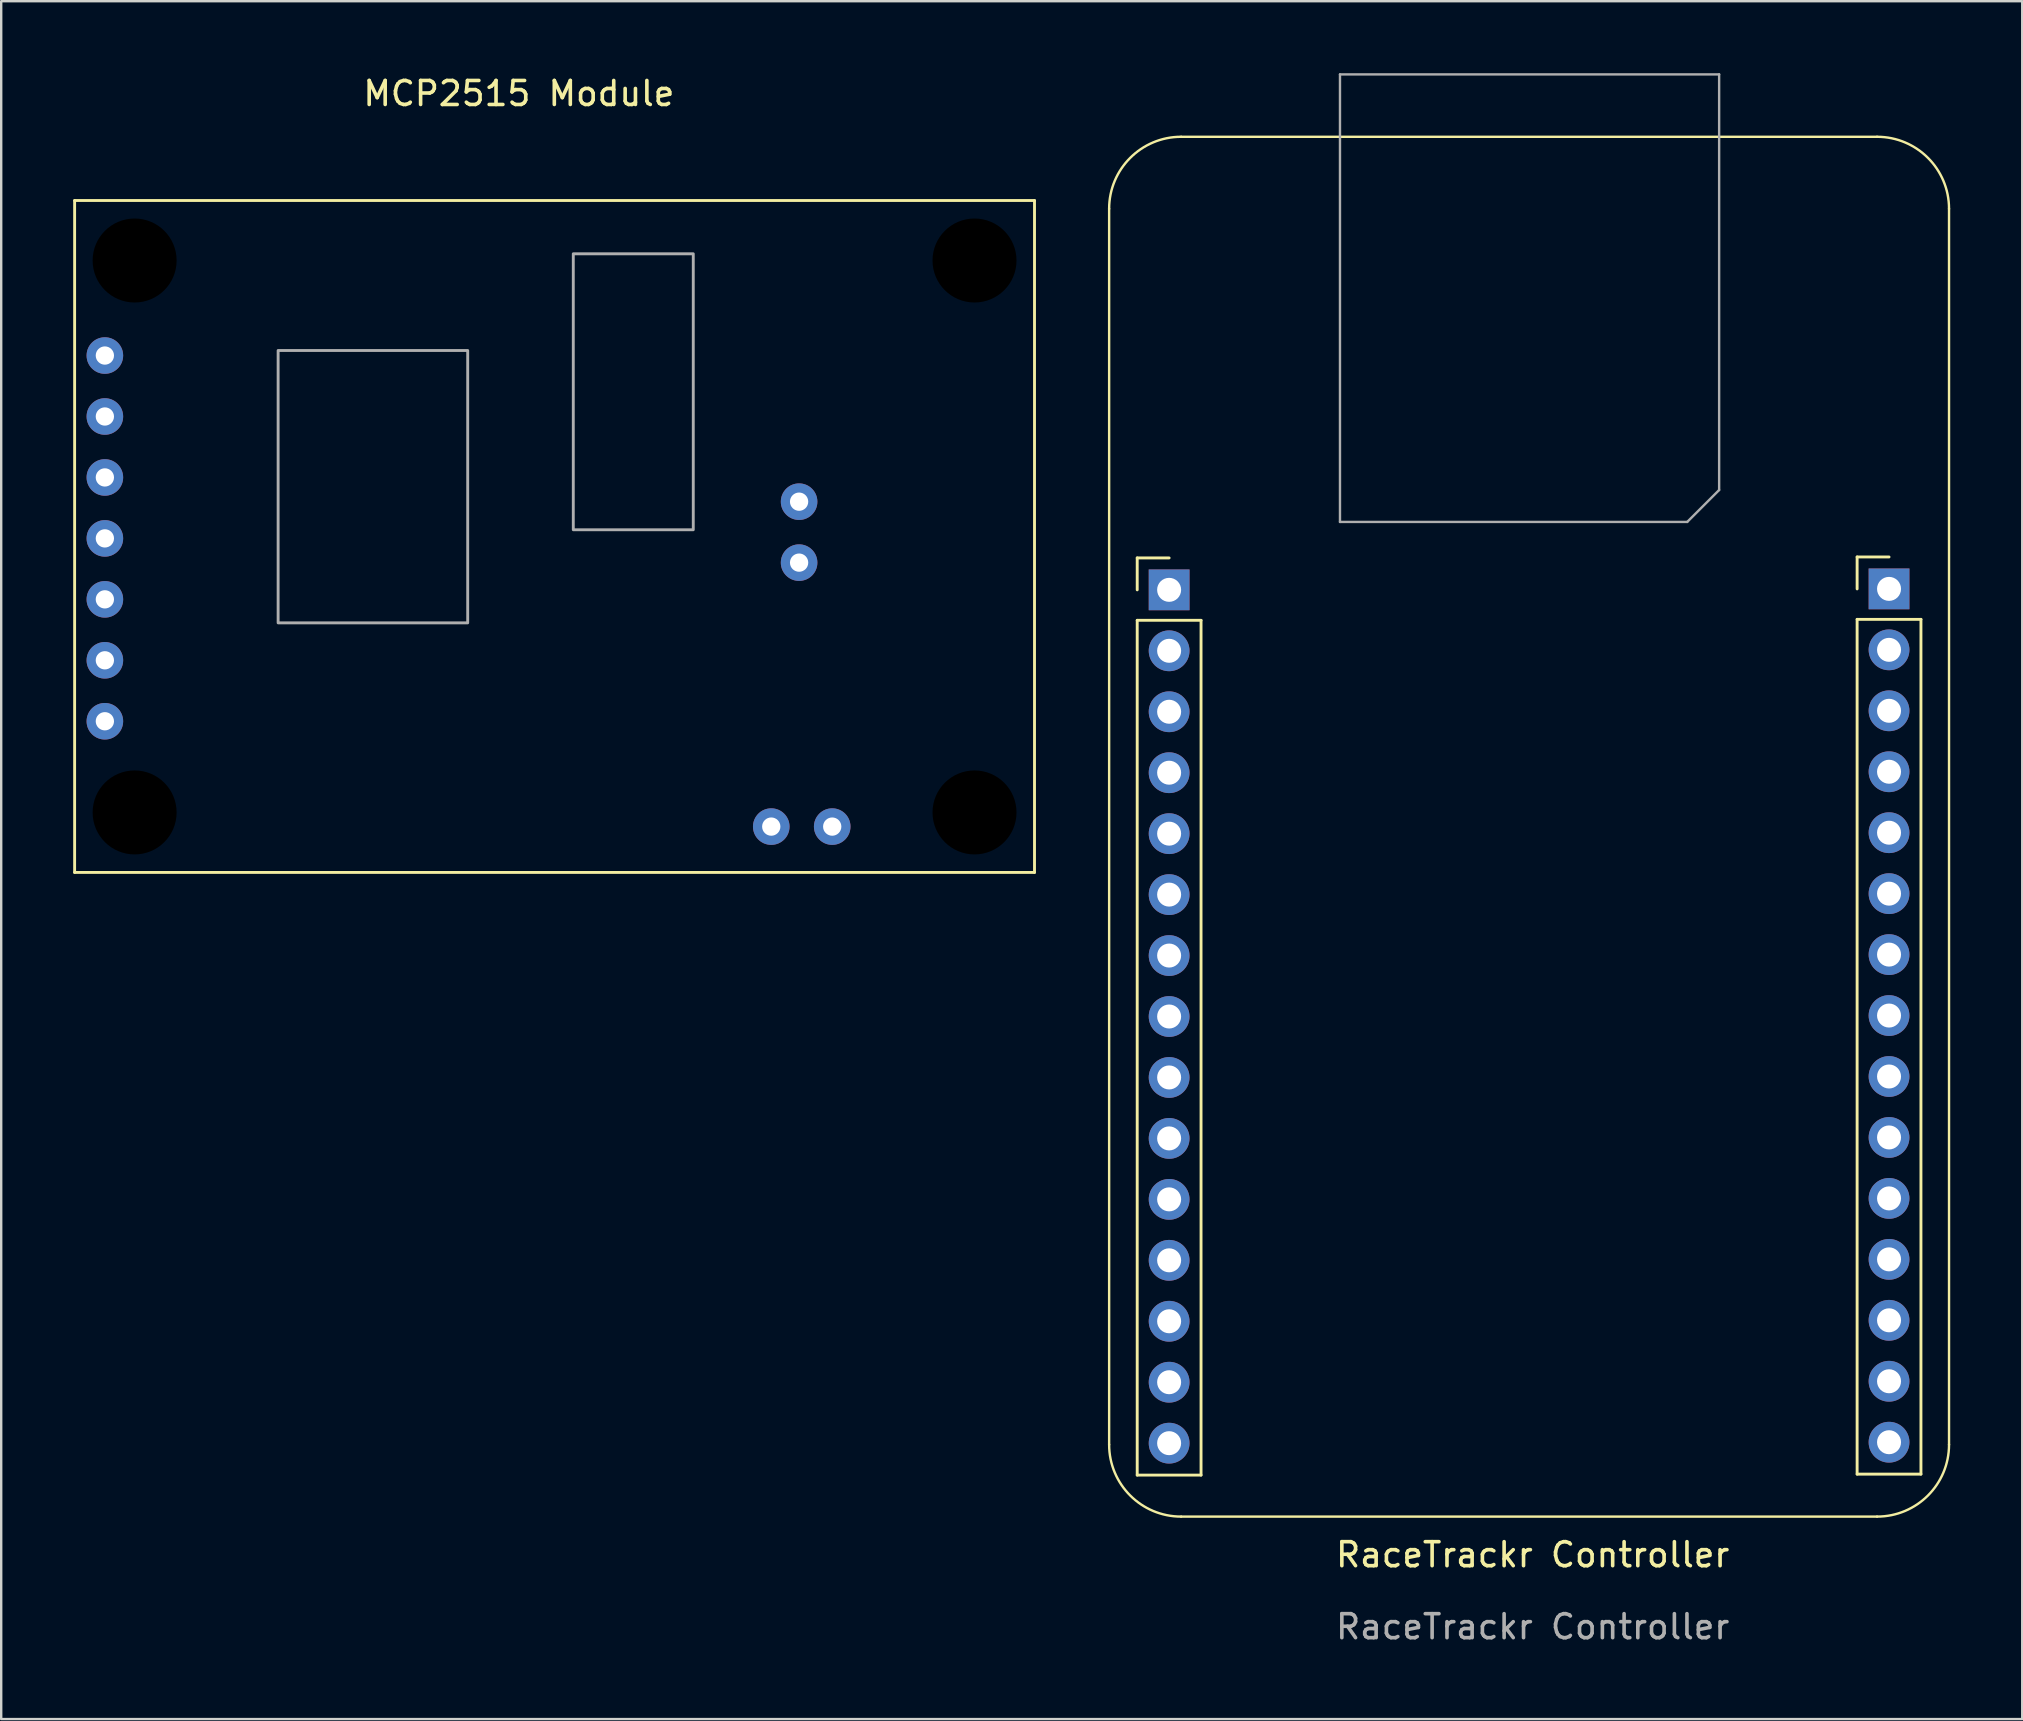
<source format=kicad_pcb>
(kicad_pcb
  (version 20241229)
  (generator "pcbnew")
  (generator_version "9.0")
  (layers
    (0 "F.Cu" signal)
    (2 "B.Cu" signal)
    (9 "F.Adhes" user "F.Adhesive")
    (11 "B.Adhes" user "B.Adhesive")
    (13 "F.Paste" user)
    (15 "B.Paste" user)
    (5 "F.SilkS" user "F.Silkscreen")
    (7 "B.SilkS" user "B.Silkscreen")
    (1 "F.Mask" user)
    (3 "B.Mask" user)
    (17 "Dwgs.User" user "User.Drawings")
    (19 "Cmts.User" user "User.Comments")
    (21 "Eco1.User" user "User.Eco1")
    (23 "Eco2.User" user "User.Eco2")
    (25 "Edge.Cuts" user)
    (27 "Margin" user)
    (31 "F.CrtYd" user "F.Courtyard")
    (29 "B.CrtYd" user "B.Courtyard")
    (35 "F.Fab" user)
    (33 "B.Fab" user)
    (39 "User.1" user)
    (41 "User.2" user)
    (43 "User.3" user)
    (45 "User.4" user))
  (footprint "MCP2515 Module"
    (layer "F.Cu")
    (at 18.573 8.468)
    (property "Reference" "MCP2515 Module" (at 0 -7.62 0) (unlocked yes) (layer "F.SilkS") (effects (font (size 1 1) (thickness 0.15))))
    (attr through_hole)
    (fp_line (start -18.513 -3.162) (end -18.513 24.838) (stroke (width 0.12) (type solid)) (layer "F.SilkS"))
    (fp_line (start -18.513 -3.162) (end 21.487 -3.162) (stroke (width 0.12) (type solid)) (layer "F.SilkS"))
    (fp_line (start -18.513 24.838) (end 21.487 24.838) (stroke (width 0.12) (type solid)) (layer "F.SilkS"))
    (fp_line (start 21.487 -3.162) (end 21.487 24.838) (stroke (width 0.12) (type solid)) (layer "F.SilkS"))
    (fp_rect (start -10.033 3.088) (end -2.133 14.438) (stroke (width 0.12) (type solid)) (fill no) (layer "F.Fab"))
    (fp_rect (start 2.267 -0.942) (end 7.267 10.558) (stroke (width 0.12) (type solid)) (fill no) (layer "F.Fab"))
    (pad "" np_thru_hole circle (at -16.013 -0.662) (size 3.5 3.5) (drill 3.5) (layers "*.Mask"))
    (pad "" np_thru_hole circle (at -16.013 22.338) (size 3.5 3.5) (drill 3.5) (layers "*.Mask"))
    (pad "" np_thru_hole circle (at 18.987 -0.662) (size 3.5 3.5) (drill 3.5) (layers "*.Mask"))
    (pad "" np_thru_hole circle (at 18.987 22.338) (size 3.5 3.5) (drill 3.5) (layers "*.Mask"))
    (pad "1" thru_hole circle (at -17.253 3.298) (size 1.524 1.524) (drill 0.762) (layers "*.Cu" "*.Mask"))
    (pad "2" thru_hole circle (at -17.253 5.838) (size 1.524 1.524) (drill 0.762) (layers "*.Cu" "*.Mask"))
    (pad "3" thru_hole circle (at -17.253 8.378) (size 1.524 1.524) (drill 0.762) (layers "*.Cu" "*.Mask"))
    (pad "4" thru_hole circle (at -17.253 10.918) (size 1.524 1.524) (drill 0.762) (layers "*.Cu" "*.Mask"))
    (pad "5" thru_hole circle (at -17.253 13.458) (size 1.524 1.524) (drill 0.762) (layers "*.Cu" "*.Mask"))
    (pad "6" thru_hole circle (at -17.253 15.998) (size 1.524 1.524) (drill 0.762) (layers "*.Cu" "*.Mask"))
    (pad "7" thru_hole circle (at -17.253 18.538) (size 1.524 1.524) (drill 0.762) (layers "*.Cu" "*.Mask"))
    (pad "8" thru_hole circle (at 11.677 9.388) (size 1.524 1.524) (drill 0.762) (layers "*.Cu" "*.Mask"))
    (pad "9" thru_hole circle (at 11.677 11.928) (size 1.524 1.524) (drill 0.762) (layers "*.Cu" "*.Mask"))
    (pad "10" thru_hole circle (at 10.517 22.928) (size 1.524 1.524) (drill 0.762) (layers "*.Cu" "*.Mask"))
    (pad "11" thru_hole circle (at 13.057 22.928) (size 1.524 1.524) (drill 0.762) (layers "*.Cu" "*.Mask")))
  (footprint "RaceTrackr Controller"
    (layer "F.Cu")
    (at 60.82 62.24)
    (property "Reference" "RaceTrackr Controller" (at 0 -0.5 0) (unlocked yes) (layer "F.SilkS") (effects (font (size 1 1) (thickness 0.15))))
    (attr smd)
    (fp_line (start -17.65 -5.09) (end -17.65 -56.59) (stroke (width 0.1) (type default)) (layer "F.SilkS"))
    (fp_line (start -16.48 -42.04) (end -15.15 -42.04) (stroke (width 0.12) (type solid)) (layer "F.SilkS"))
    (fp_line (start -16.48 -40.71) (end -16.48 -42.04) (stroke (width 0.12) (type solid)) (layer "F.SilkS"))
    (fp_line (start -16.48 -39.44) (end -16.48 -3.82) (stroke (width 0.12) (type solid)) (layer "F.SilkS"))
    (fp_line (start -16.48 -39.44) (end -13.82 -39.44) (stroke (width 0.12) (type solid)) (layer "F.SilkS"))
    (fp_line (start -16.48 -3.82) (end -13.82 -3.82) (stroke (width 0.12) (type solid)) (layer "F.SilkS"))
    (fp_line (start -14.65 -59.59) (end 14.35 -59.59) (stroke (width 0.1) (type default)) (layer "F.SilkS"))
    (fp_line (start -13.82 -39.44) (end -13.82 -3.82) (stroke (width 0.12) (type solid)) (layer "F.SilkS"))
    (fp_line (start 13.52 -42.08) (end 14.85 -42.08) (stroke (width 0.12) (type solid)) (layer "F.SilkS"))
    (fp_line (start 13.52 -40.75) (end 13.52 -42.08) (stroke (width 0.12) (type solid)) (layer "F.SilkS"))
    (fp_line (start 13.52 -39.48) (end 13.52 -3.86) (stroke (width 0.12) (type solid)) (layer "F.SilkS"))
    (fp_line (start 13.52 -39.48) (end 16.18 -39.48) (stroke (width 0.12) (type solid)) (layer "F.SilkS"))
    (fp_line (start 13.52 -3.86) (end 16.18 -3.86) (stroke (width 0.12) (type solid)) (layer "F.SilkS"))
    (fp_line (start 14.35 -2.09) (end -14.65 -2.09) (stroke (width 0.1) (type default)) (layer "F.SilkS"))
    (fp_line (start 16.18 -39.48) (end 16.18 -3.86) (stroke (width 0.12) (type solid)) (layer "F.SilkS"))
    (fp_line (start 17.35 -56.59) (end 17.35 -5.09) (stroke (width 0.1) (type default)) (layer "F.SilkS"))
    (fp_arc (start -17.65 -56.59) (mid -16.77132 -58.71132) (end -14.65 -59.59) (stroke (width 0.1) (type default)) (layer "F.SilkS"))
    (fp_arc (start -14.65 -2.09) (mid -16.77132 -2.96868) (end -17.65 -5.09) (stroke (width 0.1) (type default)) (layer "F.SilkS"))
    (fp_arc (start 14.35 -59.59) (mid 16.47132 -58.71132) (end 17.35 -56.59) (stroke (width 0.1) (type default)) (layer "F.SilkS"))
    (fp_arc (start 17.35 -5.09) (mid 16.47132 -2.96868) (end 14.35 -2.09) (stroke (width 0.1) (type default)) (layer "F.SilkS"))
    (fp_line (start -8.03 -62.19) (end -8.03 -43.54) (stroke (width 0.1) (type solid)) (layer "F.Fab"))
    (fp_line (start -8.03 -62.19) (end 7.77 -62.19) (stroke (width 0.1) (type solid)) (layer "F.Fab"))
    (fp_line (start -8.03 -43.54) (end 6.44 -43.54) (stroke (width 0.1) (type solid)) (layer "F.Fab"))
    (fp_line (start 7.77 -44.87) (end 6.44 -43.54) (stroke (width 0.1) (type solid)) (layer "F.Fab"))
    (fp_line (start 7.77 -44.87) (end 7.77 -62.19) (stroke (width 0.1) (type solid)) (layer "F.Fab"))
    (fp_text user "${REFERENCE}" (at 0 2.5 0) (unlocked yes) (layer "F.Fab") (effects (font (size 1 1) (thickness 0.15))))
    (pad "1" thru_hole rect (at -15.15 -40.71) (size 1.7 1.7) (drill 1) (layers "*.Cu" "*.Mask"))
    (pad "2" thru_hole oval (at -15.15 -38.17) (size 1.7 1.7) (drill 1) (layers "*.Cu" "*.Mask"))
    (pad "3" thru_hole oval (at -15.15 -35.63) (size 1.7 1.7) (drill 1) (layers "*.Cu" "*.Mask"))
    (pad "4" thru_hole oval (at -15.15 -33.09) (size 1.7 1.7) (drill 1) (layers "*.Cu" "*.Mask"))
    (pad "5" thru_hole oval (at -15.15 -30.55) (size 1.7 1.7) (drill 1) (layers "*.Cu" "*.Mask"))
    (pad "6" thru_hole oval (at -15.15 -28.01) (size 1.7 1.7) (drill 1) (layers "*.Cu" "*.Mask"))
    (pad "7" thru_hole oval (at -15.15 -25.47) (size 1.7 1.7) (drill 1) (layers "*.Cu" "*.Mask"))
    (pad "8" thru_hole oval (at -15.15 -22.93) (size 1.7 1.7) (drill 1) (layers "*.Cu" "*.Mask"))
    (pad "9" thru_hole oval (at -15.15 -20.39) (size 1.7 1.7) (drill 1) (layers "*.Cu" "*.Mask"))
    (pad "10" thru_hole oval (at -15.15 -17.85) (size 1.7 1.7) (drill 1) (layers "*.Cu" "*.Mask"))
    (pad "11" thru_hole oval (at -15.15 -15.31) (size 1.7 1.7) (drill 1) (layers "*.Cu" "*.Mask"))
    (pad "12" thru_hole oval (at -15.15 -12.77) (size 1.7 1.7) (drill 1) (layers "*.Cu" "*.Mask"))
    (pad "13" thru_hole oval (at -15.15 -10.23) (size 1.7 1.7) (drill 1) (layers "*.Cu" "*.Mask"))
    (pad "14" thru_hole oval (at -15.15 -7.69) (size 1.7 1.7) (drill 1) (layers "*.Cu" "*.Mask"))
    (pad "15" thru_hole oval (at -15.15 -5.15) (size 1.7 1.7) (drill 1) (layers "*.Cu" "*.Mask"))
    (pad "16" thru_hole oval (at 14.85 -5.19) (size 1.7 1.7) (drill 1) (layers "*.Cu" "*.Mask"))
    (pad "17" thru_hole oval (at 14.85 -7.73) (size 1.7 1.7) (drill 1) (layers "*.Cu" "*.Mask"))
    (pad "18" thru_hole oval (at 14.85 -10.27) (size 1.7 1.7) (drill 1) (layers "*.Cu" "*.Mask"))
    (pad "19" thru_hole oval (at 14.85 -12.81) (size 1.7 1.7) (drill 1) (layers "*.Cu" "*.Mask"))
    (pad "20" thru_hole oval (at 14.85 -15.35) (size 1.7 1.7) (drill 1) (layers "*.Cu" "*.Mask"))
    (pad "21" thru_hole oval (at 14.85 -17.89) (size 1.7 1.7) (drill 1) (layers "*.Cu" "*.Mask"))
    (pad "22" thru_hole oval (at 14.85 -20.43) (size 1.7 1.7) (drill 1) (layers "*.Cu" "*.Mask"))
    (pad "23" thru_hole oval (at 14.85 -22.97) (size 1.7 1.7) (drill 1) (layers "*.Cu" "*.Mask"))
    (pad "24" thru_hole oval (at 14.85 -25.51) (size 1.7 1.7) (drill 1) (layers "*.Cu" "*.Mask"))
    (pad "25" thru_hole oval (at 14.85 -28.05) (size 1.7 1.7) (drill 1) (layers "*.Cu" "*.Mask"))
    (pad "26" thru_hole oval (at 14.85 -30.59) (size 1.7 1.7) (drill 1) (layers "*.Cu" "*.Mask"))
    (pad "27" thru_hole oval (at 14.85 -33.13) (size 1.7 1.7) (drill 1) (layers "*.Cu" "*.Mask"))
    (pad "28" thru_hole oval (at 14.85 -35.67) (size 1.7 1.7) (drill 1) (layers "*.Cu" "*.Mask"))
    (pad "29" thru_hole oval (at 14.85 -38.21) (size 1.7 1.7) (drill 1) (layers "*.Cu" "*.Mask"))
    (pad "30" thru_hole rect (at 14.85 -40.75) (size 1.7 1.7) (drill 1) (layers "*.Cu" "*.Mask")))
  (gr_rect
    (start -3 -3)
    (end 81.22 68.588)
    (stroke (width 0.1) (type default))
    (fill no)
    (layer "Edge.Cuts")))
</source>
